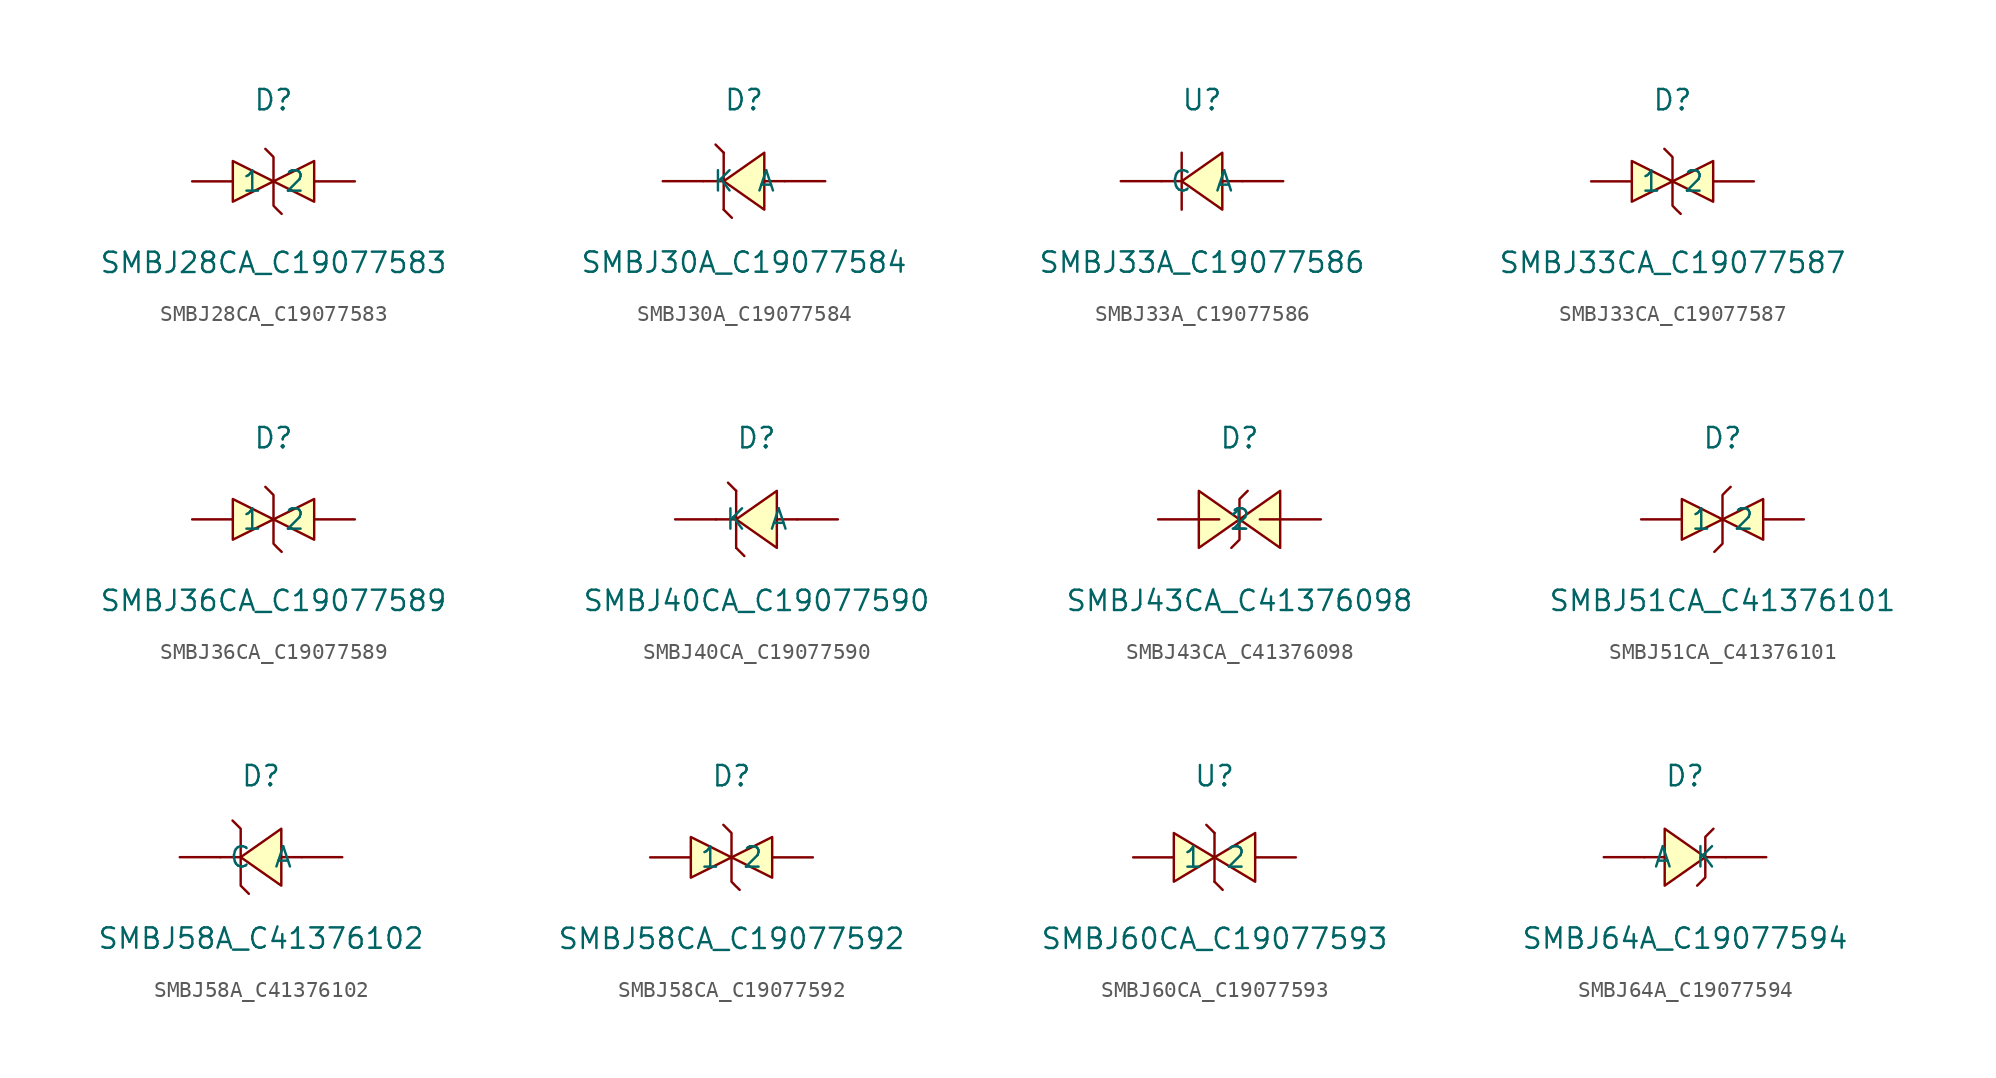
<source format=kicad_sym>
(kicad_symbol_lib
  (version 20241209)
  (generator "kicad_symbol_editor")
  (generator_version "9.0")
  (symbol "SMBJ28CA_C19077583"
    (pin_numbers
      (hide yes))
    (property "Reference" "D"
      (at 0 5.08 0)
      (effects (font (size 1.27 1.27))))
    (property "Value" "SMBJ28CA_C19077583"
      (at 0 -5.08 0)
      (effects (font (size 1.27 1.27))))
    (symbol "SMBJ28CA_C19077583_0_1"
      (polyline (pts (xy -2.54 1.27) (xy 0 0) (xy -2.54 -1.27) (xy -2.54 1.27)) (stroke (width 0) (type default)) (fill (type background)))
      (polyline (pts (xy -0.51 2.03) (xy -0.51 2.03) (xy 0 1.52) (xy 0 -1.52) (xy 0.25 -1.78) (xy 0.51 -2.03)) (stroke (width 0) (type default)) (fill (type none)))
      (polyline (pts (xy 2.54 1.27) (xy 0 0) (xy 2.54 -1.27) (xy 2.54 1.27)) (stroke (width 0) (type default)) (fill (type background)))
      (pin unspecified line (at -5.08 0 0) (length 2.54) (name "1" (effects (font (size 1.27 1.27)))) (number "1" (effects (font (size 1.27 1.27)))))
      (pin unspecified line (at 5.08 0 180) (length 2.54) (name "2" (effects (font (size 1.27 1.27)))) (number "2" (effects (font (size 1.27 1.27)))))))
  (symbol "SMBJ30A_C19077584"
    (pin_numbers
      (hide yes))
    (property "Reference" "D"
      (at 0 5.08 0)
      (effects (font (size 1.27 1.27))))
    (property "Value" "SMBJ30A_C19077584"
      (at 0 -5.08 0)
      (effects (font (size 1.27 1.27))))
    (symbol "SMBJ30A_C19077584_0_1"
      (polyline (pts (xy -1.27 1.78) (xy -1.78 2.29)) (stroke (width 0) (type default)) (fill (type none)))
      (polyline (pts (xy -1.27 1.78) (xy -1.27 -1.78)) (stroke (width 0) (type default)) (fill (type none)))
      (polyline (pts (xy -1.27 0) (xy -2.54 0)) (stroke (width 0) (type default)) (fill (type none)))
      (polyline (pts (xy -1.27 -1.78) (xy -0.76 -2.29)) (stroke (width 0) (type default)) (fill (type none)))
      (polyline (pts (xy 1.27 1.78) (xy -1.27 0) (xy 1.27 -1.78) (xy 1.27 1.78)) (stroke (width 0) (type default)) (fill (type background)))
      (polyline (pts (xy 2.54 0) (xy 1.27 0)) (stroke (width 0) (type default)) (fill (type none)))
      (pin unspecified line (at -5.08 0 0) (length 2.54) (name "K" (effects (font (size 1.27 1.27)))) (number "1" (effects (font (size 1.27 1.27)))))
      (pin unspecified line (at 5.08 0 180) (length 2.54) (name "A" (effects (font (size 1.27 1.27)))) (number "2" (effects (font (size 1.27 1.27)))))))
  (symbol "SMBJ33A_C19077586"
    (pin_numbers
      (hide yes))
    (property "Reference" "U"
      (at 0 5.08 0)
      (effects (font (size 1.27 1.27))))
    (property "Value" "SMBJ33A_C19077586"
      (at 0 -5.08 0)
      (effects (font (size 1.27 1.27))))
    (symbol "SMBJ33A_C19077586_0_1"
      (polyline (pts (xy -1.27 1.78) (xy -1.27 -1.78)) (stroke (width 0) (type default)) (fill (type none)))
      (polyline (pts (xy -1.27 0) (xy -2.54 0)) (stroke (width 0) (type default)) (fill (type none)))
      (polyline (pts (xy 1.27 1.78) (xy -1.27 0) (xy 1.27 -1.78) (xy 1.27 1.78)) (stroke (width 0) (type default)) (fill (type background)))
      (polyline (pts (xy 2.54 0) (xy 1.27 0)) (stroke (width 0) (type default)) (fill (type none)))
      (pin unspecified line (at -5.08 0 0) (length 2.54) (name "C" (effects (font (size 1.27 1.27)))) (number "1" (effects (font (size 1.27 1.27)))))
      (pin unspecified line (at 5.08 0 180) (length 2.54) (name "A" (effects (font (size 1.27 1.27)))) (number "2" (effects (font (size 1.27 1.27)))))))
  (symbol "SMBJ33CA_C19077587"
    (pin_numbers
      (hide yes))
    (property "Reference" "D"
      (at 0 5.08 0)
      (effects (font (size 1.27 1.27))))
    (property "Value" "SMBJ33CA_C19077587"
      (at 0 -5.08 0)
      (effects (font (size 1.27 1.27))))
    (symbol "SMBJ33CA_C19077587_0_1"
      (polyline (pts (xy -2.54 1.27) (xy 0 0) (xy -2.54 -1.27) (xy -2.54 1.27)) (stroke (width 0) (type default)) (fill (type background)))
      (polyline (pts (xy -0.51 2.03) (xy -0.51 2.03) (xy 0 1.52) (xy 0 -1.52) (xy 0.25 -1.78) (xy 0.51 -2.03)) (stroke (width 0) (type default)) (fill (type none)))
      (polyline (pts (xy 2.54 1.27) (xy 0 0) (xy 2.54 -1.27) (xy 2.54 1.27)) (stroke (width 0) (type default)) (fill (type background)))
      (pin unspecified line (at -5.08 0 0) (length 2.54) (name "1" (effects (font (size 1.27 1.27)))) (number "1" (effects (font (size 1.27 1.27)))))
      (pin unspecified line (at 5.08 0 180) (length 2.54) (name "2" (effects (font (size 1.27 1.27)))) (number "2" (effects (font (size 1.27 1.27)))))))
  (symbol "SMBJ36CA_C19077589"
    (pin_numbers
      (hide yes))
    (property "Reference" "D"
      (at 0 5.08 0)
      (effects (font (size 1.27 1.27))))
    (property "Value" "SMBJ36CA_C19077589"
      (at 0 -5.08 0)
      (effects (font (size 1.27 1.27))))
    (symbol "SMBJ36CA_C19077589_0_1"
      (polyline (pts (xy -2.54 1.27) (xy 0 0) (xy -2.54 -1.27) (xy -2.54 1.27)) (stroke (width 0) (type default)) (fill (type background)))
      (polyline (pts (xy -0.51 2.03) (xy -0.51 2.03) (xy 0 1.52) (xy 0 -1.52) (xy 0.25 -1.78) (xy 0.51 -2.03)) (stroke (width 0) (type default)) (fill (type none)))
      (polyline (pts (xy 2.54 1.27) (xy 0 0) (xy 2.54 -1.27) (xy 2.54 1.27)) (stroke (width 0) (type default)) (fill (type background)))
      (pin unspecified line (at -5.08 0 0) (length 2.54) (name "1" (effects (font (size 1.27 1.27)))) (number "1" (effects (font (size 1.27 1.27)))))
      (pin unspecified line (at 5.08 0 180) (length 2.54) (name "2" (effects (font (size 1.27 1.27)))) (number "2" (effects (font (size 1.27 1.27)))))))
  (symbol "SMBJ40CA_C19077590"
    (pin_numbers
      (hide yes))
    (property "Reference" "D"
      (at 0 5.08 0)
      (effects (font (size 1.27 1.27))))
    (property "Value" "SMBJ40CA_C19077590"
      (at 0 -5.08 0)
      (effects (font (size 1.27 1.27))))
    (symbol "SMBJ40CA_C19077590_0_1"
      (polyline (pts (xy -1.27 1.78) (xy -1.78 2.29)) (stroke (width 0) (type default)) (fill (type none)))
      (polyline (pts (xy -1.27 1.78) (xy -1.27 -1.78)) (stroke (width 0) (type default)) (fill (type none)))
      (polyline (pts (xy -1.27 0) (xy -2.54 0)) (stroke (width 0) (type default)) (fill (type none)))
      (polyline (pts (xy -1.27 -1.78) (xy -0.76 -2.29)) (stroke (width 0) (type default)) (fill (type none)))
      (polyline (pts (xy 1.27 1.78) (xy -1.27 0) (xy 1.27 -1.78) (xy 1.27 1.78)) (stroke (width 0) (type default)) (fill (type background)))
      (polyline (pts (xy 2.54 0) (xy 1.27 0)) (stroke (width 0) (type default)) (fill (type none)))
      (pin unspecified line (at -5.08 0 0) (length 2.54) (name "K" (effects (font (size 1.27 1.27)))) (number "1" (effects (font (size 1.27 1.27)))))
      (pin unspecified line (at 5.08 0 180) (length 2.54) (name "A" (effects (font (size 1.27 1.27)))) (number "2" (effects (font (size 1.27 1.27)))))))
  (symbol "SMBJ43CA_C41376098"
    (pin_numbers
      (hide yes))
    (property "Reference" "D"
      (at 0 5.08 0)
      (effects (font (size 1.27 1.27))))
    (property "Value" "SMBJ43CA_C41376098"
      (at 0 -5.08 0)
      (effects (font (size 1.27 1.27))))
    (symbol "SMBJ43CA_C41376098_0_1"
      (polyline (pts (xy -2.54 -1.78) (xy 0 0) (xy -2.54 1.78) (xy -2.54 -1.78)) (stroke (width 0) (type default)) (fill (type background)))
      (polyline (pts (xy 0.51 1.78) (xy 0 1.27) (xy 0 -1.27) (xy -0.51 -1.78)) (stroke (width 0) (type default)) (fill (type none)))
      (polyline (pts (xy 2.54 1.78) (xy 0 0) (xy 2.54 -1.78) (xy 2.54 1.78)) (stroke (width 0) (type default)) (fill (type background)))
      (pin unspecified line (at -5.08 0 0) (length 3.81) (name "1" (effects (font (size 1.27 1.27)))) (number "1" (effects (font (size 1.27 1.27)))))
      (pin unspecified line (at 5.08 0 180) (length 3.81) (name "2" (effects (font (size 1.27 1.27)))) (number "2" (effects (font (size 1.27 1.27)))))))
  (symbol "SMBJ51CA_C41376101"
    (pin_numbers
      (hide yes))
    (property "Reference" "D"
      (at 0 5.08 0)
      (effects (font (size 1.27 1.27))))
    (property "Value" "SMBJ51CA_C41376101"
      (at 0 -5.08 0)
      (effects (font (size 1.27 1.27))))
    (symbol "SMBJ51CA_C41376101_0_1"
      (polyline (pts (xy -2.54 1.27) (xy 0 0) (xy -2.54 -1.27) (xy -2.54 1.27)) (stroke (width 0) (type default)) (fill (type background)))
      (polyline (pts (xy 0.51 2.03) (xy 0.25 1.78) (xy 0 1.52) (xy 0 -1.52) (xy -0.51 -2.03) (xy -0.51 -2.03)) (stroke (width 0) (type default)) (fill (type none)))
      (polyline (pts (xy 2.54 1.27) (xy 0 0) (xy 2.54 -1.27) (xy 2.54 1.27)) (stroke (width 0) (type default)) (fill (type background)))
      (pin unspecified line (at -5.08 0 0) (length 2.54) (name "1" (effects (font (size 1.27 1.27)))) (number "1" (effects (font (size 1.27 1.27)))))
      (pin unspecified line (at 5.08 0 180) (length 2.54) (name "2" (effects (font (size 1.27 1.27)))) (number "2" (effects (font (size 1.27 1.27)))))))
  (symbol "SMBJ58A_C41376102"
    (pin_numbers
      (hide yes))
    (property "Reference" "D"
      (at 0 5.08 0)
      (effects (font (size 1.27 1.27))))
    (property "Value" "SMBJ58A_C41376102"
      (at 0 -5.08 0)
      (effects (font (size 1.27 1.27))))
    (symbol "SMBJ58A_C41376102_0_1"
      (polyline (pts (xy -1.78 2.29) (xy -1.78 2.29) (xy -1.27 1.78) (xy -1.27 -1.78) (xy -0.76 -2.29) (xy -0.76 -2.29)) (stroke (width 0) (type default)) (fill (type none)))
      (polyline (pts (xy -1.27 0) (xy -2.54 0)) (stroke (width 0) (type default)) (fill (type none)))
      (polyline (pts (xy 1.27 1.78) (xy -1.27 0) (xy 1.27 -1.78) (xy 1.27 1.78)) (stroke (width 0) (type default)) (fill (type background)))
      (polyline (pts (xy 2.54 0) (xy 1.27 0)) (stroke (width 0) (type default)) (fill (type none)))
      (pin unspecified line (at -5.08 0 0) (length 2.54) (name "C" (effects (font (size 1.27 1.27)))) (number "2" (effects (font (size 1.27 1.27)))))
      (pin unspecified line (at 5.08 0 180) (length 2.54) (name "A" (effects (font (size 1.27 1.27)))) (number "1" (effects (font (size 1.27 1.27)))))))
  (symbol "SMBJ58CA_C19077592"
    (pin_numbers
      (hide yes))
    (property "Reference" "D"
      (at 0 5.08 0)
      (effects (font (size 1.27 1.27))))
    (property "Value" "SMBJ58CA_C19077592"
      (at 0 -5.08 0)
      (effects (font (size 1.27 1.27))))
    (symbol "SMBJ58CA_C19077592_0_1"
      (polyline (pts (xy -2.54 1.27) (xy 0 0) (xy -2.54 -1.27) (xy -2.54 1.27)) (stroke (width 0) (type default)) (fill (type background)))
      (polyline (pts (xy -0.51 2.03) (xy -0.51 2.03) (xy 0 1.52) (xy 0 -1.52) (xy 0.25 -1.78) (xy 0.51 -2.03)) (stroke (width 0) (type default)) (fill (type none)))
      (polyline (pts (xy 2.54 1.27) (xy 0 0) (xy 2.54 -1.27) (xy 2.54 1.27)) (stroke (width 0) (type default)) (fill (type background)))
      (pin unspecified line (at -5.08 0 0) (length 2.54) (name "1" (effects (font (size 1.27 1.27)))) (number "1" (effects (font (size 1.27 1.27)))))
      (pin unspecified line (at 5.08 0 180) (length 2.54) (name "2" (effects (font (size 1.27 1.27)))) (number "2" (effects (font (size 1.27 1.27)))))))
  (symbol "SMBJ60CA_C19077593"
    (pin_numbers
      (hide yes))
    (property "Reference" "U"
      (at 0 5.08 0)
      (effects (font (size 1.27 1.27))))
    (property "Value" "SMBJ60CA_C19077593"
      (at 0 -5.08 0)
      (effects (font (size 1.27 1.27))))
    (symbol "SMBJ60CA_C19077593_0_1"
      (polyline (pts (xy -2.54 1.52) (xy 0 0) (xy -2.54 -1.52) (xy -2.54 1.52)) (stroke (width 0) (type default)) (fill (type background)))
      (polyline (pts (xy 0 1.52) (xy -0.51 2.03) (xy 0 1.52)) (stroke (width 0) (type default)) (fill (type background)))
      (polyline (pts (xy 0 -1.52) (xy 0 1.52)) (stroke (width 0) (type default)) (fill (type none)))
      (polyline (pts (xy 0 -1.52) (xy 0.51 -2.03) (xy 0 -1.52)) (stroke (width 0) (type default)) (fill (type background)))
      (polyline (pts (xy 2.54 1.52) (xy 0 0) (xy 2.54 -1.52) (xy 2.54 1.52)) (stroke (width 0) (type default)) (fill (type background)))
      (pin unspecified line (at -5.08 0 0) (length 2.54) (name "1" (effects (font (size 1.27 1.27)))) (number "1" (effects (font (size 1.27 1.27)))))
      (pin unspecified line (at 5.08 0 180) (length 2.54) (name "2" (effects (font (size 1.27 1.27)))) (number "2" (effects (font (size 1.27 1.27)))))))
  (symbol "SMBJ64A_C19077594"
    (pin_numbers
      (hide yes))
    (property "Reference" "D"
      (at 0 5.08 0)
      (effects (font (size 1.27 1.27))))
    (property "Value" "SMBJ64A_C19077594"
      (at 0 -5.08 0)
      (effects (font (size 1.27 1.27))))
    (symbol "SMBJ64A_C19077594_0_1"
      (polyline (pts (xy -2.54 0) (xy -1.27 0)) (stroke (width 0) (type default)) (fill (type none)))
      (polyline (pts (xy -1.27 1.78) (xy 1.27 0) (xy -1.27 -1.78) (xy -1.27 1.78)) (stroke (width 0) (type default)) (fill (type background)))
      (polyline (pts (xy 1.27 0) (xy 2.54 0)) (stroke (width 0) (type default)) (fill (type none)))
      (polyline (pts (xy 1.78 1.78) (xy 1.27 1.27) (xy 1.27 -1.27) (xy 0.76 -1.78)) (stroke (width 0) (type default)) (fill (type none)))
      (pin unspecified line (at -5.08 0 0) (length 2.54) (name "A" (effects (font (size 1.27 1.27)))) (number "1" (effects (font (size 1.27 1.27)))))
      (pin unspecified line (at 5.08 0 180) (length 2.54) (name "K" (effects (font (size 1.27 1.27)))) (number "2" (effects (font (size 1.27 1.27))))))))
</source>
